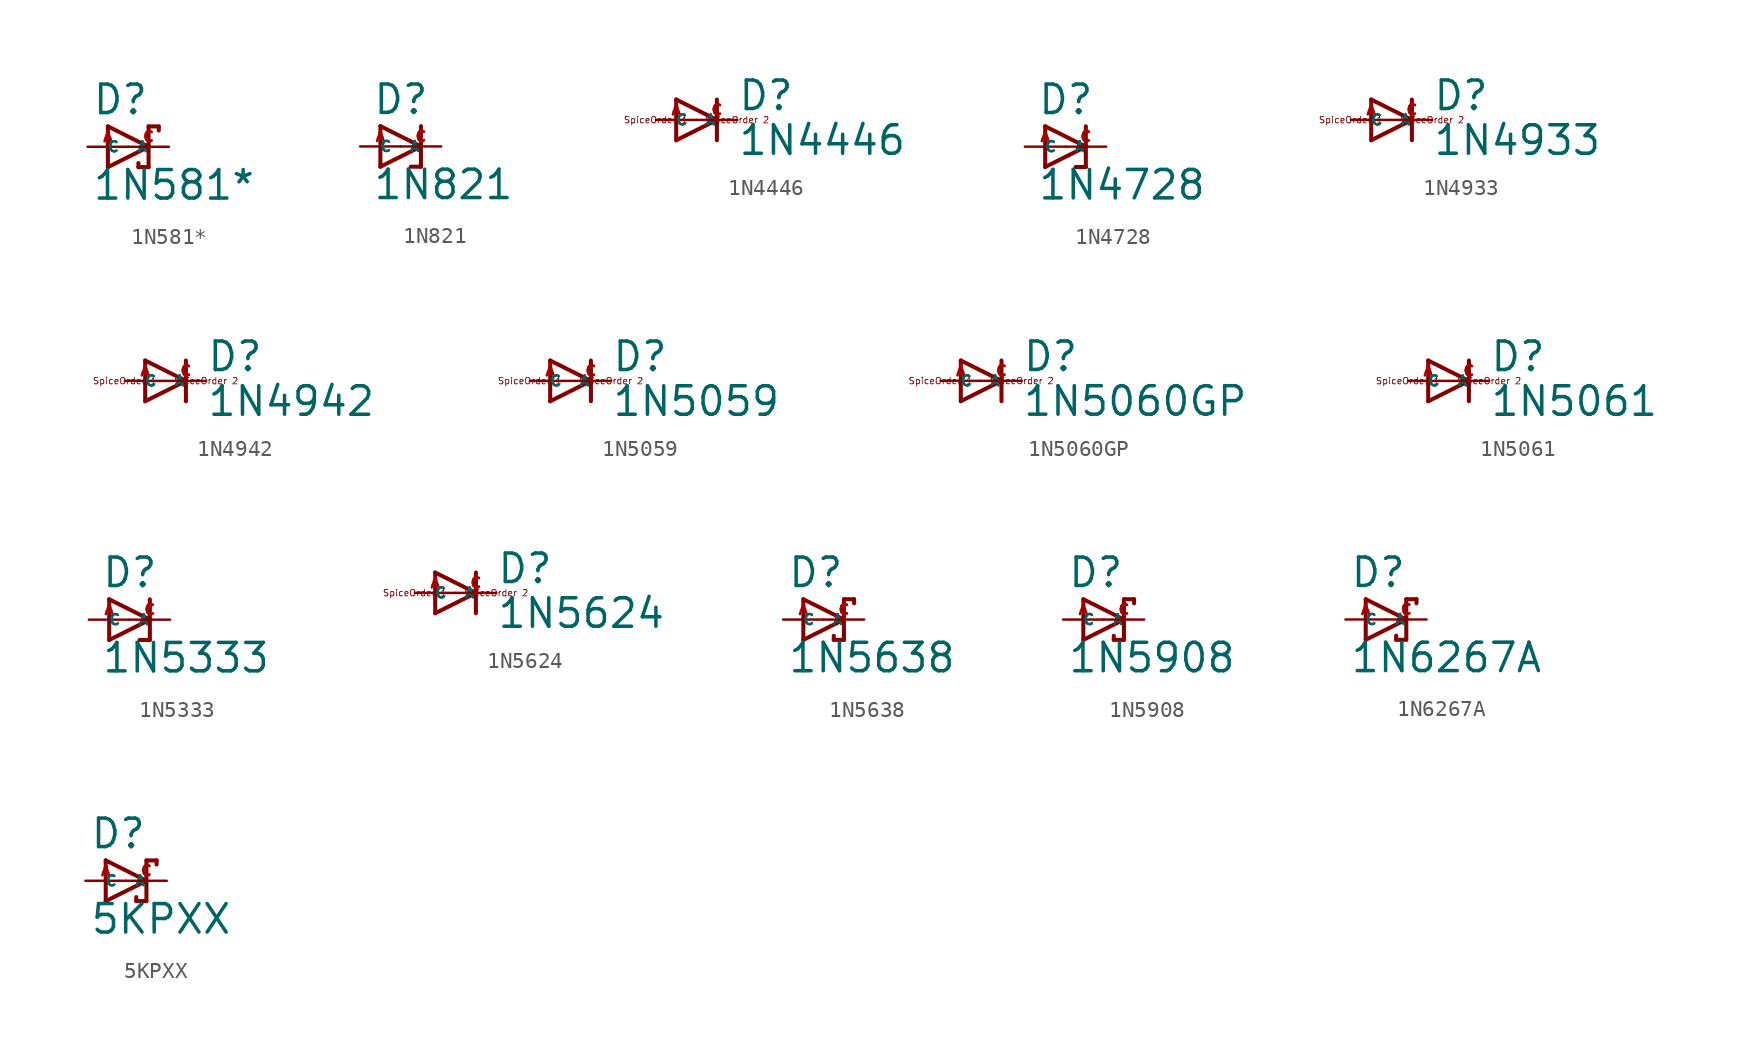
<source format=kicad_sym>
(kicad_symbol_lib
  (version 20220914)
  (generator Eagle2Kicad)
  (symbol "1N581*"
    (property "Reference" "D"
      (at -2.286 1.905 0)
      (effects (font (size 1.778 1.778) (thickness 0.22)) (justify left bottom)))
    (property "Value" "1N581*"
      (at -2.286 -3.429 0)
      (effects (font (size 1.778 1.778) (thickness 0.22)) (justify left bottom)))
    (polyline
      (pts (xy -1.27 -1.27) (xy 1.27 0))
      (stroke (width 0.254) (type default))
      (fill (type none)))
    (polyline
      (pts (xy 1.27 0) (xy -1.27 1.27))
      (stroke (width 0.254) (type default))
      (fill (type none)))
    (polyline
      (pts (xy 1.905 1.27) (xy 1.27 1.27))
      (stroke (width 0.254) (type default))
      (fill (type none)))
    (polyline
      (pts (xy 1.27 1.27) (xy 1.27 0))
      (stroke (width 0.254) (type default))
      (fill (type none)))
    (polyline
      (pts (xy -1.27 1.27) (xy -1.27 -1.27))
      (stroke (width 0.254) (type default))
      (fill (type none)))
    (polyline
      (pts (xy 1.27 0) (xy 1.27 -1.27))
      (stroke (width 0.254) (type default))
      (fill (type none)))
    (polyline
      (pts (xy 1.905 1.27) (xy 1.905 1.016))
      (stroke (width 0.254) (type default))
      (fill (type none)))
    (polyline
      (pts (xy 1.27 -1.27) (xy 0.635 -1.27))
      (stroke (width 0.254) (type default))
      (fill (type none)))
    (polyline
      (pts (xy 0.635 -1.016) (xy 0.635 -1.27))
      (stroke (width 0.254) (type default))
      (fill (type none)))
    (pin passive line
      (at -2.54 0 0)
      (length 2.54)
      (name "A" (effects (font (size 0.635 0.635) (thickness 0.08)) (justify left bottom)))
      (number "A" (effects (font (size 0.635 0.635) (thickness 0.08)) (justify left bottom))))
    (pin passive line
      (at 2.54 0 180)
      (length 2.54)
      (name "C" (effects (font (size 0.635 0.635) (thickness 0.08)) (justify left bottom)))
      (number "C" (effects (font (size 0.635 0.635) (thickness 0.08)) (justify left bottom)))))
  (symbol "1N821"
    (property "Reference" "D"
      (at -1.778 1.905 0)
      (effects (font (size 1.778 1.778) (thickness 0.22)) (justify left bottom)))
    (property "Value" "1N821"
      (at -1.778 -3.429 0)
      (effects (font (size 1.778 1.778) (thickness 0.22)) (justify left bottom)))
    (polyline
      (pts (xy -1.27 -1.27) (xy 1.27 0))
      (stroke (width 0.254) (type default))
      (fill (type none)))
    (polyline
      (pts (xy 1.27 0) (xy -1.27 1.27))
      (stroke (width 0.254) (type default))
      (fill (type none)))
    (polyline
      (pts (xy 1.27 1.27) (xy 1.27 0))
      (stroke (width 0.254) (type default))
      (fill (type none)))
    (polyline
      (pts (xy -1.27 1.27) (xy -1.27 -1.27))
      (stroke (width 0.254) (type default))
      (fill (type none)))
    (polyline
      (pts (xy 1.27 0) (xy 1.27 -1.27))
      (stroke (width 0.254) (type default))
      (fill (type none)))
    (polyline
      (pts (xy 1.27 -1.27) (xy 0.635 -1.27))
      (stroke (width 0.254) (type default))
      (fill (type none)))
    (pin passive line
      (at -2.54 0 0)
      (length 2.54)
      (name "A" (effects (font (size 0.635 0.635) (thickness 0.08)) (justify left bottom)))
      (number "A" (effects (font (size 0.635 0.635) (thickness 0.08)) (justify left bottom))))
    (pin passive line
      (at 2.54 0 180)
      (length 2.54)
      (name "C" (effects (font (size 0.635 0.635) (thickness 0.08)) (justify left bottom)))
      (number "C" (effects (font (size 0.635 0.635) (thickness 0.08)) (justify left bottom)))))
  (symbol "1N4446"
    (property "Reference" "D"
      (at 2.54 0.483 0)
      (effects (font (size 1.778 1.778) (thickness 0.22)) (justify left bottom)))
    (property "Value" "1N4446"
      (at 2.54 -2.311 0)
      (effects (font (size 1.778 1.778) (thickness 0.22)) (justify left bottom)))
    (polyline
      (pts (xy -1.27 -1.27) (xy 1.27 0))
      (stroke (width 0.254) (type default))
      (fill (type none)))
    (polyline
      (pts (xy 1.27 0) (xy -1.27 1.27))
      (stroke (width 0.254) (type default))
      (fill (type none)))
    (polyline
      (pts (xy 1.27 1.27) (xy 1.27 0))
      (stroke (width 0.254) (type default))
      (fill (type none)))
    (polyline
      (pts (xy -1.27 1.27) (xy -1.27 -1.27))
      (stroke (width 0.254) (type default))
      (fill (type none)))
    (polyline
      (pts (xy 1.27 0) (xy 1.27 -1.27))
      (stroke (width 0.254) (type default))
      (fill (type none)))
    (text "SpiceOrder 1"
      (at -2.54 0 0)
      (effects (font (size 0.406 0.406) (thickness 0.05))))
    (text "SpiceOrder 2"
      (at 2.54 0 0)
      (effects (font (size 0.406 0.406) (thickness 0.05))))
    (pin passive line
      (at -2.54 0 0)
      (length 2.54)
      (name "A" (effects (font (size 0.635 0.635) (thickness 0.08)) (justify left bottom)))
      (number "A" (effects (font (size 0.635 0.635) (thickness 0.08)) (justify left bottom))))
    (pin passive line
      (at 2.54 0 180)
      (length 2.54)
      (name "C" (effects (font (size 0.635 0.635) (thickness 0.08)) (justify left bottom)))
      (number "C" (effects (font (size 0.635 0.635) (thickness 0.08)) (justify left bottom)))))
  (symbol "1N4728"
    (property "Reference" "D"
      (at -1.778 1.905 0)
      (effects (font (size 1.778 1.778) (thickness 0.22)) (justify left bottom)))
    (property "Value" "1N4728"
      (at -1.778 -3.429 0)
      (effects (font (size 1.778 1.778) (thickness 0.22)) (justify left bottom)))
    (polyline
      (pts (xy -1.27 -1.27) (xy 1.27 0))
      (stroke (width 0.254) (type default))
      (fill (type none)))
    (polyline
      (pts (xy 1.27 0) (xy -1.27 1.27))
      (stroke (width 0.254) (type default))
      (fill (type none)))
    (polyline
      (pts (xy 1.27 1.27) (xy 1.27 0))
      (stroke (width 0.254) (type default))
      (fill (type none)))
    (polyline
      (pts (xy -1.27 1.27) (xy -1.27 -1.27))
      (stroke (width 0.254) (type default))
      (fill (type none)))
    (polyline
      (pts (xy 1.27 0) (xy 1.27 -1.27))
      (stroke (width 0.254) (type default))
      (fill (type none)))
    (polyline
      (pts (xy 1.27 -1.27) (xy 0.635 -1.27))
      (stroke (width 0.254) (type default))
      (fill (type none)))
    (pin passive line
      (at -2.54 0 0)
      (length 2.54)
      (name "A" (effects (font (size 0.635 0.635) (thickness 0.08)) (justify left bottom)))
      (number "A" (effects (font (size 0.635 0.635) (thickness 0.08)) (justify left bottom))))
    (pin passive line
      (at 2.54 0 180)
      (length 2.54)
      (name "C" (effects (font (size 0.635 0.635) (thickness 0.08)) (justify left bottom)))
      (number "C" (effects (font (size 0.635 0.635) (thickness 0.08)) (justify left bottom)))))
  (symbol "1N4933"
    (property "Reference" "D"
      (at 2.54 0.483 0)
      (effects (font (size 1.778 1.778) (thickness 0.22)) (justify left bottom)))
    (property "Value" "1N4933"
      (at 2.54 -2.311 0)
      (effects (font (size 1.778 1.778) (thickness 0.22)) (justify left bottom)))
    (polyline
      (pts (xy -1.27 -1.27) (xy 1.27 0))
      (stroke (width 0.254) (type default))
      (fill (type none)))
    (polyline
      (pts (xy 1.27 0) (xy -1.27 1.27))
      (stroke (width 0.254) (type default))
      (fill (type none)))
    (polyline
      (pts (xy 1.27 1.27) (xy 1.27 0))
      (stroke (width 0.254) (type default))
      (fill (type none)))
    (polyline
      (pts (xy -1.27 1.27) (xy -1.27 -1.27))
      (stroke (width 0.254) (type default))
      (fill (type none)))
    (polyline
      (pts (xy 1.27 0) (xy 1.27 -1.27))
      (stroke (width 0.254) (type default))
      (fill (type none)))
    (text "SpiceOrder 1"
      (at -2.54 0 0)
      (effects (font (size 0.406 0.406) (thickness 0.05))))
    (text "SpiceOrder 2"
      (at 2.54 0 0)
      (effects (font (size 0.406 0.406) (thickness 0.05))))
    (pin passive line
      (at -2.54 0 0)
      (length 2.54)
      (name "A" (effects (font (size 0.635 0.635) (thickness 0.08)) (justify left bottom)))
      (number "A" (effects (font (size 0.635 0.635) (thickness 0.08)) (justify left bottom))))
    (pin passive line
      (at 2.54 0 180)
      (length 2.54)
      (name "C" (effects (font (size 0.635 0.635) (thickness 0.08)) (justify left bottom)))
      (number "C" (effects (font (size 0.635 0.635) (thickness 0.08)) (justify left bottom)))))
  (symbol "1N4942"
    (property "Reference" "D"
      (at 2.54 0.483 0)
      (effects (font (size 1.778 1.778) (thickness 0.22)) (justify left bottom)))
    (property "Value" "1N4942"
      (at 2.54 -2.311 0)
      (effects (font (size 1.778 1.778) (thickness 0.22)) (justify left bottom)))
    (polyline
      (pts (xy -1.27 -1.27) (xy 1.27 0))
      (stroke (width 0.254) (type default))
      (fill (type none)))
    (polyline
      (pts (xy 1.27 0) (xy -1.27 1.27))
      (stroke (width 0.254) (type default))
      (fill (type none)))
    (polyline
      (pts (xy 1.27 1.27) (xy 1.27 0))
      (stroke (width 0.254) (type default))
      (fill (type none)))
    (polyline
      (pts (xy -1.27 1.27) (xy -1.27 -1.27))
      (stroke (width 0.254) (type default))
      (fill (type none)))
    (polyline
      (pts (xy 1.27 0) (xy 1.27 -1.27))
      (stroke (width 0.254) (type default))
      (fill (type none)))
    (text "SpiceOrder 1"
      (at -2.54 0 0)
      (effects (font (size 0.406 0.406) (thickness 0.05))))
    (text "SpiceOrder 2"
      (at 2.54 0 0)
      (effects (font (size 0.406 0.406) (thickness 0.05))))
    (pin passive line
      (at -2.54 0 0)
      (length 2.54)
      (name "A" (effects (font (size 0.635 0.635) (thickness 0.08)) (justify left bottom)))
      (number "A" (effects (font (size 0.635 0.635) (thickness 0.08)) (justify left bottom))))
    (pin passive line
      (at 2.54 0 180)
      (length 2.54)
      (name "C" (effects (font (size 0.635 0.635) (thickness 0.08)) (justify left bottom)))
      (number "C" (effects (font (size 0.635 0.635) (thickness 0.08)) (justify left bottom)))))
  (symbol "1N5059"
    (property "Reference" "D"
      (at 2.54 0.483 0)
      (effects (font (size 1.778 1.778) (thickness 0.22)) (justify left bottom)))
    (property "Value" "1N5059"
      (at 2.54 -2.311 0)
      (effects (font (size 1.778 1.778) (thickness 0.22)) (justify left bottom)))
    (polyline
      (pts (xy -1.27 -1.27) (xy 1.27 0))
      (stroke (width 0.254) (type default))
      (fill (type none)))
    (polyline
      (pts (xy 1.27 0) (xy -1.27 1.27))
      (stroke (width 0.254) (type default))
      (fill (type none)))
    (polyline
      (pts (xy 1.27 1.27) (xy 1.27 0))
      (stroke (width 0.254) (type default))
      (fill (type none)))
    (polyline
      (pts (xy -1.27 1.27) (xy -1.27 -1.27))
      (stroke (width 0.254) (type default))
      (fill (type none)))
    (polyline
      (pts (xy 1.27 0) (xy 1.27 -1.27))
      (stroke (width 0.254) (type default))
      (fill (type none)))
    (text "SpiceOrder 1"
      (at -2.54 0 0)
      (effects (font (size 0.406 0.406) (thickness 0.05))))
    (text "SpiceOrder 2"
      (at 2.54 0 0)
      (effects (font (size 0.406 0.406) (thickness 0.05))))
    (pin passive line
      (at -2.54 0 0)
      (length 2.54)
      (name "A" (effects (font (size 0.635 0.635) (thickness 0.08)) (justify left bottom)))
      (number "A" (effects (font (size 0.635 0.635) (thickness 0.08)) (justify left bottom))))
    (pin passive line
      (at 2.54 0 180)
      (length 2.54)
      (name "C" (effects (font (size 0.635 0.635) (thickness 0.08)) (justify left bottom)))
      (number "C" (effects (font (size 0.635 0.635) (thickness 0.08)) (justify left bottom)))))
  (symbol "1N5060GP"
    (property "Reference" "D"
      (at 2.54 0.483 0)
      (effects (font (size 1.778 1.778) (thickness 0.22)) (justify left bottom)))
    (property "Value" "1N5060GP"
      (at 2.54 -2.311 0)
      (effects (font (size 1.778 1.778) (thickness 0.22)) (justify left bottom)))
    (polyline
      (pts (xy -1.27 -1.27) (xy 1.27 0))
      (stroke (width 0.254) (type default))
      (fill (type none)))
    (polyline
      (pts (xy 1.27 0) (xy -1.27 1.27))
      (stroke (width 0.254) (type default))
      (fill (type none)))
    (polyline
      (pts (xy 1.27 1.27) (xy 1.27 0))
      (stroke (width 0.254) (type default))
      (fill (type none)))
    (polyline
      (pts (xy -1.27 1.27) (xy -1.27 -1.27))
      (stroke (width 0.254) (type default))
      (fill (type none)))
    (polyline
      (pts (xy 1.27 0) (xy 1.27 -1.27))
      (stroke (width 0.254) (type default))
      (fill (type none)))
    (text "SpiceOrder 1"
      (at -2.54 0 0)
      (effects (font (size 0.406 0.406) (thickness 0.05))))
    (text "SpiceOrder 2"
      (at 2.54 0 0)
      (effects (font (size 0.406 0.406) (thickness 0.05))))
    (pin passive line
      (at -2.54 0 0)
      (length 2.54)
      (name "A" (effects (font (size 0.635 0.635) (thickness 0.08)) (justify left bottom)))
      (number "A" (effects (font (size 0.635 0.635) (thickness 0.08)) (justify left bottom))))
    (pin passive line
      (at 2.54 0 180)
      (length 2.54)
      (name "C" (effects (font (size 0.635 0.635) (thickness 0.08)) (justify left bottom)))
      (number "C" (effects (font (size 0.635 0.635) (thickness 0.08)) (justify left bottom)))))
  (symbol "1N5061"
    (property "Reference" "D"
      (at 2.54 0.483 0)
      (effects (font (size 1.778 1.778) (thickness 0.22)) (justify left bottom)))
    (property "Value" "1N5061"
      (at 2.54 -2.311 0)
      (effects (font (size 1.778 1.778) (thickness 0.22)) (justify left bottom)))
    (polyline
      (pts (xy -1.27 -1.27) (xy 1.27 0))
      (stroke (width 0.254) (type default))
      (fill (type none)))
    (polyline
      (pts (xy 1.27 0) (xy -1.27 1.27))
      (stroke (width 0.254) (type default))
      (fill (type none)))
    (polyline
      (pts (xy 1.27 1.27) (xy 1.27 0))
      (stroke (width 0.254) (type default))
      (fill (type none)))
    (polyline
      (pts (xy -1.27 1.27) (xy -1.27 -1.27))
      (stroke (width 0.254) (type default))
      (fill (type none)))
    (polyline
      (pts (xy 1.27 0) (xy 1.27 -1.27))
      (stroke (width 0.254) (type default))
      (fill (type none)))
    (text "SpiceOrder 1"
      (at -2.54 0 0)
      (effects (font (size 0.406 0.406) (thickness 0.05))))
    (text "SpiceOrder 2"
      (at 2.54 0 0)
      (effects (font (size 0.406 0.406) (thickness 0.05))))
    (pin passive line
      (at -2.54 0 0)
      (length 2.54)
      (name "A" (effects (font (size 0.635 0.635) (thickness 0.08)) (justify left bottom)))
      (number "A" (effects (font (size 0.635 0.635) (thickness 0.08)) (justify left bottom))))
    (pin passive line
      (at 2.54 0 180)
      (length 2.54)
      (name "C" (effects (font (size 0.635 0.635) (thickness 0.08)) (justify left bottom)))
      (number "C" (effects (font (size 0.635 0.635) (thickness 0.08)) (justify left bottom)))))
  (symbol "1N5333"
    (property "Reference" "D"
      (at -1.778 1.905 0)
      (effects (font (size 1.778 1.778) (thickness 0.22)) (justify left bottom)))
    (property "Value" "1N5333"
      (at -1.778 -3.429 0)
      (effects (font (size 1.778 1.778) (thickness 0.22)) (justify left bottom)))
    (polyline
      (pts (xy -1.27 -1.27) (xy 1.27 0))
      (stroke (width 0.254) (type default))
      (fill (type none)))
    (polyline
      (pts (xy 1.27 0) (xy -1.27 1.27))
      (stroke (width 0.254) (type default))
      (fill (type none)))
    (polyline
      (pts (xy 1.27 1.27) (xy 1.27 0))
      (stroke (width 0.254) (type default))
      (fill (type none)))
    (polyline
      (pts (xy -1.27 1.27) (xy -1.27 -1.27))
      (stroke (width 0.254) (type default))
      (fill (type none)))
    (polyline
      (pts (xy 1.27 0) (xy 1.27 -1.27))
      (stroke (width 0.254) (type default))
      (fill (type none)))
    (polyline
      (pts (xy 1.27 -1.27) (xy 0.635 -1.27))
      (stroke (width 0.254) (type default))
      (fill (type none)))
    (pin passive line
      (at -2.54 0 0)
      (length 2.54)
      (name "A" (effects (font (size 0.635 0.635) (thickness 0.08)) (justify left bottom)))
      (number "A" (effects (font (size 0.635 0.635) (thickness 0.08)) (justify left bottom))))
    (pin passive line
      (at 2.54 0 180)
      (length 2.54)
      (name "C" (effects (font (size 0.635 0.635) (thickness 0.08)) (justify left bottom)))
      (number "C" (effects (font (size 0.635 0.635) (thickness 0.08)) (justify left bottom)))))
  (symbol "1N5624"
    (property "Reference" "D"
      (at 2.54 0.483 0)
      (effects (font (size 1.778 1.778) (thickness 0.22)) (justify left bottom)))
    (property "Value" "1N5624"
      (at 2.54 -2.311 0)
      (effects (font (size 1.778 1.778) (thickness 0.22)) (justify left bottom)))
    (polyline
      (pts (xy -1.27 -1.27) (xy 1.27 0))
      (stroke (width 0.254) (type default))
      (fill (type none)))
    (polyline
      (pts (xy 1.27 0) (xy -1.27 1.27))
      (stroke (width 0.254) (type default))
      (fill (type none)))
    (polyline
      (pts (xy 1.27 1.27) (xy 1.27 0))
      (stroke (width 0.254) (type default))
      (fill (type none)))
    (polyline
      (pts (xy -1.27 1.27) (xy -1.27 -1.27))
      (stroke (width 0.254) (type default))
      (fill (type none)))
    (polyline
      (pts (xy 1.27 0) (xy 1.27 -1.27))
      (stroke (width 0.254) (type default))
      (fill (type none)))
    (text "SpiceOrder 1"
      (at -2.54 0 0)
      (effects (font (size 0.406 0.406) (thickness 0.05))))
    (text "SpiceOrder 2"
      (at 2.54 0 0)
      (effects (font (size 0.406 0.406) (thickness 0.05))))
    (pin passive line
      (at -2.54 0 0)
      (length 2.54)
      (name "A" (effects (font (size 0.635 0.635) (thickness 0.08)) (justify left bottom)))
      (number "A" (effects (font (size 0.635 0.635) (thickness 0.08)) (justify left bottom))))
    (pin passive line
      (at 2.54 0 180)
      (length 2.54)
      (name "C" (effects (font (size 0.635 0.635) (thickness 0.08)) (justify left bottom)))
      (number "C" (effects (font (size 0.635 0.635) (thickness 0.08)) (justify left bottom)))))
  (symbol "1N5638"
    (property "Reference" "D"
      (at -2.286 1.905 0)
      (effects (font (size 1.778 1.778) (thickness 0.22)) (justify left bottom)))
    (property "Value" "1N5638"
      (at -2.286 -3.429 0)
      (effects (font (size 1.778 1.778) (thickness 0.22)) (justify left bottom)))
    (polyline
      (pts (xy -1.27 -1.27) (xy 1.27 0))
      (stroke (width 0.254) (type default))
      (fill (type none)))
    (polyline
      (pts (xy 1.27 0) (xy -1.27 1.27))
      (stroke (width 0.254) (type default))
      (fill (type none)))
    (polyline
      (pts (xy 1.905 1.27) (xy 1.27 1.27))
      (stroke (width 0.254) (type default))
      (fill (type none)))
    (polyline
      (pts (xy 1.27 1.27) (xy 1.27 0))
      (stroke (width 0.254) (type default))
      (fill (type none)))
    (polyline
      (pts (xy -1.27 1.27) (xy -1.27 -1.27))
      (stroke (width 0.254) (type default))
      (fill (type none)))
    (polyline
      (pts (xy 1.27 0) (xy 1.27 -1.27))
      (stroke (width 0.254) (type default))
      (fill (type none)))
    (polyline
      (pts (xy 1.905 1.27) (xy 1.905 1.016))
      (stroke (width 0.254) (type default))
      (fill (type none)))
    (polyline
      (pts (xy 1.27 -1.27) (xy 0.635 -1.27))
      (stroke (width 0.254) (type default))
      (fill (type none)))
    (polyline
      (pts (xy 0.635 -1.016) (xy 0.635 -1.27))
      (stroke (width 0.254) (type default))
      (fill (type none)))
    (pin passive line
      (at -2.54 0 0)
      (length 2.54)
      (name "A" (effects (font (size 0.635 0.635) (thickness 0.08)) (justify left bottom)))
      (number "A" (effects (font (size 0.635 0.635) (thickness 0.08)) (justify left bottom))))
    (pin passive line
      (at 2.54 0 180)
      (length 2.54)
      (name "C" (effects (font (size 0.635 0.635) (thickness 0.08)) (justify left bottom)))
      (number "C" (effects (font (size 0.635 0.635) (thickness 0.08)) (justify left bottom)))))
  (symbol "1N5908"
    (property "Reference" "D"
      (at -2.286 1.905 0)
      (effects (font (size 1.778 1.778) (thickness 0.22)) (justify left bottom)))
    (property "Value" "1N5908"
      (at -2.286 -3.429 0)
      (effects (font (size 1.778 1.778) (thickness 0.22)) (justify left bottom)))
    (polyline
      (pts (xy -1.27 -1.27) (xy 1.27 0))
      (stroke (width 0.254) (type default))
      (fill (type none)))
    (polyline
      (pts (xy 1.27 0) (xy -1.27 1.27))
      (stroke (width 0.254) (type default))
      (fill (type none)))
    (polyline
      (pts (xy 1.905 1.27) (xy 1.27 1.27))
      (stroke (width 0.254) (type default))
      (fill (type none)))
    (polyline
      (pts (xy 1.27 1.27) (xy 1.27 0))
      (stroke (width 0.254) (type default))
      (fill (type none)))
    (polyline
      (pts (xy -1.27 1.27) (xy -1.27 -1.27))
      (stroke (width 0.254) (type default))
      (fill (type none)))
    (polyline
      (pts (xy 1.27 0) (xy 1.27 -1.27))
      (stroke (width 0.254) (type default))
      (fill (type none)))
    (polyline
      (pts (xy 1.905 1.27) (xy 1.905 1.016))
      (stroke (width 0.254) (type default))
      (fill (type none)))
    (polyline
      (pts (xy 1.27 -1.27) (xy 0.635 -1.27))
      (stroke (width 0.254) (type default))
      (fill (type none)))
    (polyline
      (pts (xy 0.635 -1.016) (xy 0.635 -1.27))
      (stroke (width 0.254) (type default))
      (fill (type none)))
    (pin passive line
      (at -2.54 0 0)
      (length 2.54)
      (name "A" (effects (font (size 0.635 0.635) (thickness 0.08)) (justify left bottom)))
      (number "A" (effects (font (size 0.635 0.635) (thickness 0.08)) (justify left bottom))))
    (pin passive line
      (at 2.54 0 180)
      (length 2.54)
      (name "C" (effects (font (size 0.635 0.635) (thickness 0.08)) (justify left bottom)))
      (number "C" (effects (font (size 0.635 0.635) (thickness 0.08)) (justify left bottom)))))
  (symbol "1N6267A"
    (property "Reference" "D"
      (at -2.286 1.905 0)
      (effects (font (size 1.778 1.778) (thickness 0.22)) (justify left bottom)))
    (property "Value" "1N6267A"
      (at -2.286 -3.429 0)
      (effects (font (size 1.778 1.778) (thickness 0.22)) (justify left bottom)))
    (polyline
      (pts (xy -1.27 -1.27) (xy 1.27 0))
      (stroke (width 0.254) (type default))
      (fill (type none)))
    (polyline
      (pts (xy 1.27 0) (xy -1.27 1.27))
      (stroke (width 0.254) (type default))
      (fill (type none)))
    (polyline
      (pts (xy 1.905 1.27) (xy 1.27 1.27))
      (stroke (width 0.254) (type default))
      (fill (type none)))
    (polyline
      (pts (xy 1.27 1.27) (xy 1.27 0))
      (stroke (width 0.254) (type default))
      (fill (type none)))
    (polyline
      (pts (xy -1.27 1.27) (xy -1.27 -1.27))
      (stroke (width 0.254) (type default))
      (fill (type none)))
    (polyline
      (pts (xy 1.27 0) (xy 1.27 -1.27))
      (stroke (width 0.254) (type default))
      (fill (type none)))
    (polyline
      (pts (xy 1.905 1.27) (xy 1.905 1.016))
      (stroke (width 0.254) (type default))
      (fill (type none)))
    (polyline
      (pts (xy 1.27 -1.27) (xy 0.635 -1.27))
      (stroke (width 0.254) (type default))
      (fill (type none)))
    (polyline
      (pts (xy 0.635 -1.016) (xy 0.635 -1.27))
      (stroke (width 0.254) (type default))
      (fill (type none)))
    (pin passive line
      (at -2.54 0 0)
      (length 2.54)
      (name "A" (effects (font (size 0.635 0.635) (thickness 0.08)) (justify left bottom)))
      (number "A" (effects (font (size 0.635 0.635) (thickness 0.08)) (justify left bottom))))
    (pin passive line
      (at 2.54 0 180)
      (length 2.54)
      (name "C" (effects (font (size 0.635 0.635) (thickness 0.08)) (justify left bottom)))
      (number "C" (effects (font (size 0.635 0.635) (thickness 0.08)) (justify left bottom)))))
  (symbol "5KPXX"
    (property "Reference" "D"
      (at -2.286 1.905 0)
      (effects (font (size 1.778 1.778) (thickness 0.22)) (justify left bottom)))
    (property "Value" "5KPXX"
      (at -2.286 -3.429 0)
      (effects (font (size 1.778 1.778) (thickness 0.22)) (justify left bottom)))
    (polyline
      (pts (xy -1.27 -1.27) (xy 1.27 0))
      (stroke (width 0.254) (type default))
      (fill (type none)))
    (polyline
      (pts (xy 1.27 0) (xy -1.27 1.27))
      (stroke (width 0.254) (type default))
      (fill (type none)))
    (polyline
      (pts (xy 1.905 1.27) (xy 1.27 1.27))
      (stroke (width 0.254) (type default))
      (fill (type none)))
    (polyline
      (pts (xy 1.27 1.27) (xy 1.27 0))
      (stroke (width 0.254) (type default))
      (fill (type none)))
    (polyline
      (pts (xy -1.27 1.27) (xy -1.27 -1.27))
      (stroke (width 0.254) (type default))
      (fill (type none)))
    (polyline
      (pts (xy 1.27 0) (xy 1.27 -1.27))
      (stroke (width 0.254) (type default))
      (fill (type none)))
    (polyline
      (pts (xy 1.905 1.27) (xy 1.905 1.016))
      (stroke (width 0.254) (type default))
      (fill (type none)))
    (polyline
      (pts (xy 1.27 -1.27) (xy 0.635 -1.27))
      (stroke (width 0.254) (type default))
      (fill (type none)))
    (polyline
      (pts (xy 0.635 -1.016) (xy 0.635 -1.27))
      (stroke (width 0.254) (type default))
      (fill (type none)))
    (pin passive line
      (at -2.54 0 0)
      (length 2.54)
      (name "A" (effects (font (size 0.635 0.635) (thickness 0.08)) (justify left bottom)))
      (number "A" (effects (font (size 0.635 0.635) (thickness 0.08)) (justify left bottom))))
    (pin passive line
      (at 2.54 0 180)
      (length 2.54)
      (name "C" (effects (font (size 0.635 0.635) (thickness 0.08)) (justify left bottom)))
      (number "C" (effects (font (size 0.635 0.635) (thickness 0.08)) (justify left bottom))))))
</source>
